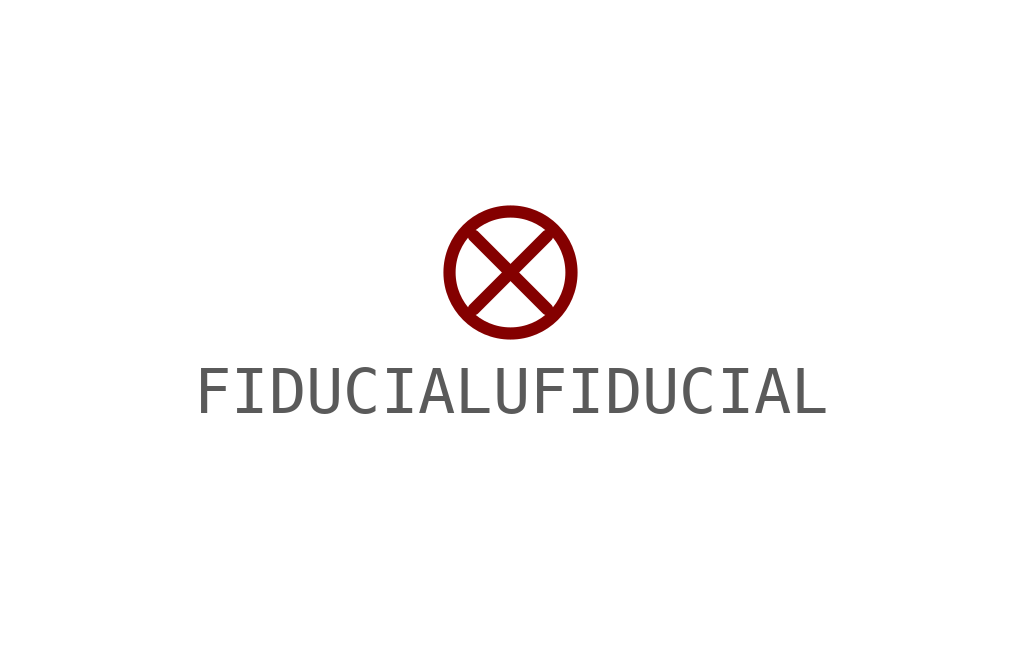
<source format=kicad_sym>
(kicad_symbol_lib
  (version 20220914)
  (generator kicad_symbol_editor)
  (symbol "FIDUCIALUFIDUCIAL"
    (property "Reference" "FD"
      (at 0 0 0)
      (effects (font (size 1.27 1.27)) hide))
    (property "ki_locked" ""
      (at 0 0 0)
      (effects (font (size 1.27 1.27))))
    (symbol "FIDUCIALUFIDUCIAL_1_0"
      (polyline (pts (xy -0.762 0.762) (xy 0.762 -0.762)) (stroke (width 0.254) (type solid)) (fill (type none)))
      (polyline (pts (xy 0.762 0.762) (xy -0.762 -0.762)) (stroke (width 0.254) (type solid)) (fill (type none)))
      (circle (center 0 0) (radius 1.27) (stroke (width 0.254) (type solid)) (fill (type none))))))
</source>
